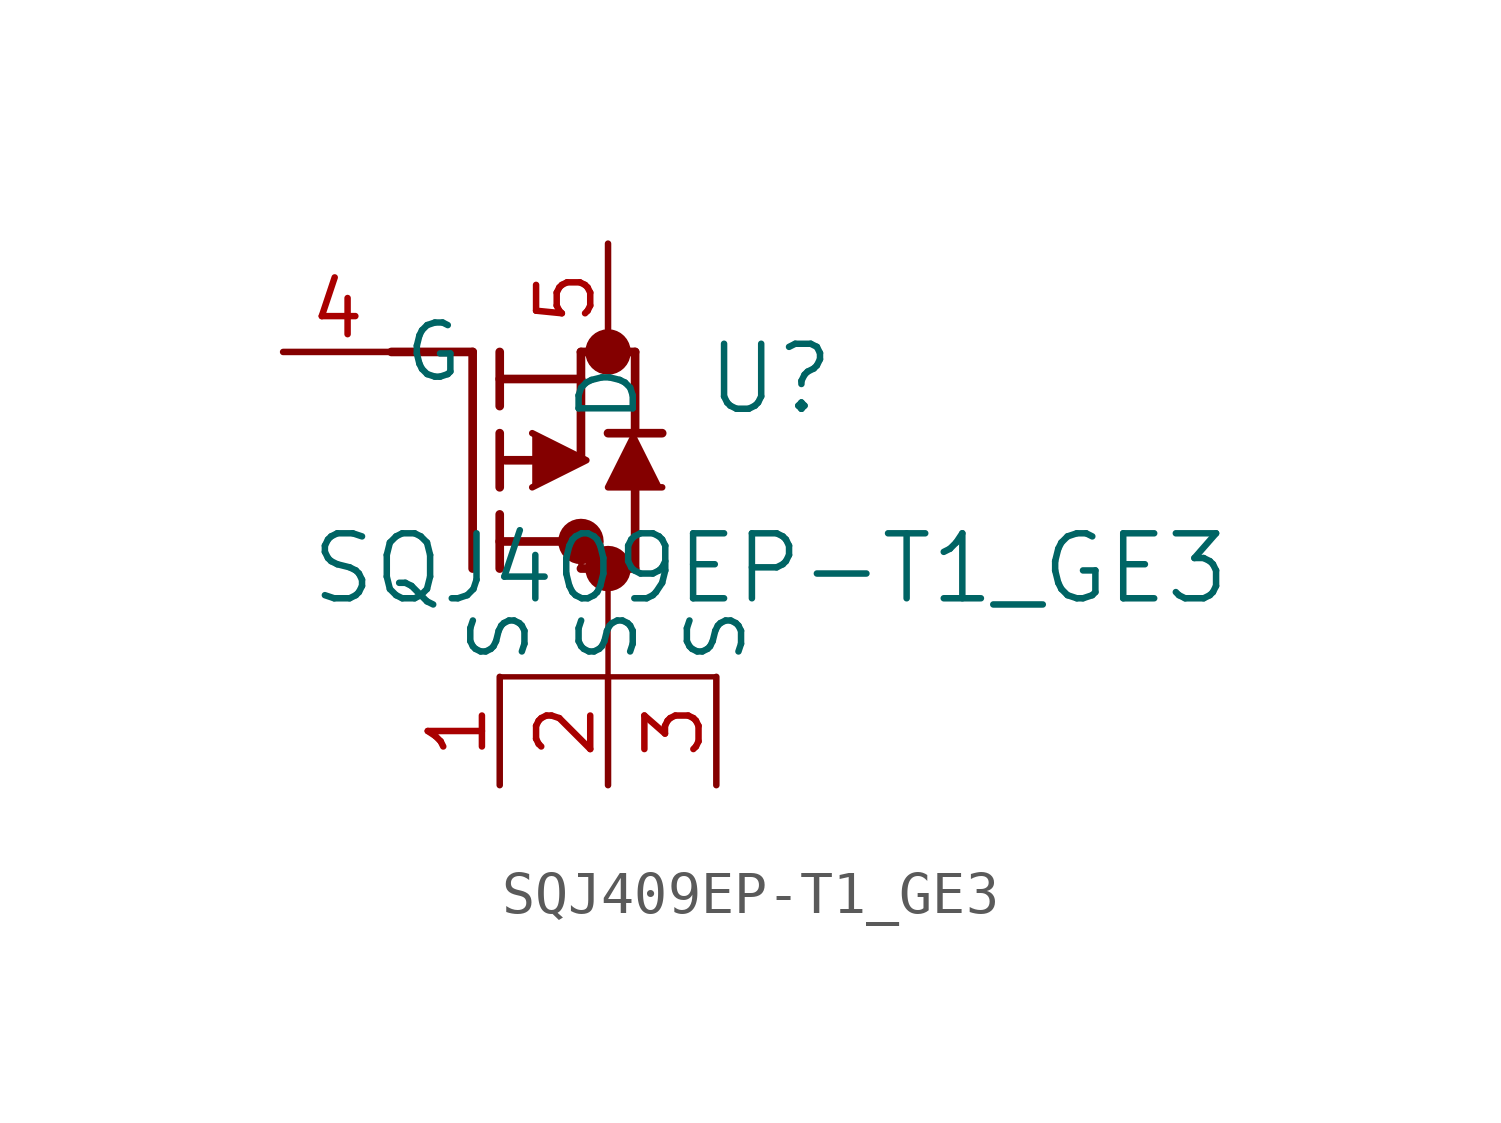
<source format=kicad_sym>
(kicad_symbol_lib
  (version 20211014)
  (generator kicad_symbol_editor)
  (symbol "SQJ409EP-T1_GE3"
    (pin_names
      (offset 0.254))
    (property "Reference" "U"
      (at 11.43 -0.635 0)
      (effects (font (size 1.524 1.524))))
    (property "Value" "SQJ409EP-T1_GE3"
      (at 11.43 -5.08 0)
      (effects (font (size 1.524 1.524))))
    (symbol "SQJ409EP-T1_GE3_0_1"
      (circle (center 7.62 0) (radius 0.025) (stroke (width 0.508) (type default) (color 0 0 0 0)) (fill (type none)))
      (circle (center 7.62 -5.08) (radius 0.025) (stroke (width 0.508) (type default) (color 0 0 0 0)) (fill (type none)))
      (circle (center 6.985 -4.445) (radius 0.025) (stroke (width 0.508) (type default) (color 0 0 0 0)) (fill (type none)))
      (polyline (pts (xy 2.54 0) (xy 4.445 0)) (stroke (width 0.203) (type default) (color 0 0 0 0)) (fill (type none)))
      (polyline (pts (xy 4.445 -5.08) (xy 4.445 0)) (stroke (width 0.203) (type default) (color 0 0 0 0)) (fill (type none)))
      (polyline (pts (xy 5.08 -3.175) (xy 5.08 -1.905)) (stroke (width 0.203) (type default) (color 0 0 0 0)) (fill (type none)))
      (polyline (pts (xy 5.08 -5.08) (xy 5.08 -3.81)) (stroke (width 0.203) (type default) (color 0 0 0 0)) (fill (type none)))
      (polyline (pts (xy 5.08 -1.27) (xy 5.08 0)) (stroke (width 0.203) (type default) (color 0 0 0 0)) (fill (type none)))
      (polyline (pts (xy 5.842 -2.54) (xy 5.207 -2.54)) (stroke (width 0.203) (type default) (color 0 0 0 0)) (fill (type none)))
      (polyline (pts (xy 5.08 -4.445) (xy 6.985 -4.445)) (stroke (width 0.203) (type default) (color 0 0 0 0)) (fill (type none)))
      (polyline (pts (xy 6.985 -0.635) (xy 6.985 -2.54)) (stroke (width 0.203) (type default) (color 0 0 0 0)) (fill (type none)))
      (polyline (pts (xy 6.985 -5.08) (xy 8.255 -5.08)) (stroke (width 0.203) (type default) (color 0 0 0 0)) (fill (type none)))
      (polyline (pts (xy 5.08 -0.635) (xy 6.985 -0.635)) (stroke (width 0.203) (type default) (color 0 0 0 0)) (fill (type none)))
      (polyline (pts (xy 8.255 -1.905) (xy 8.255 0)) (stroke (width 0.203) (type default) (color 0 0 0 0)) (fill (type none)))
      (polyline (pts (xy 5.842 -3.175) (xy 7.112 -2.54) (xy 5.842 -1.905)) (stroke (width 0) (type default) (color 0 0 0 0)) (fill (type outline)))
      (polyline (pts (xy 8.89 -3.175) (xy 7.62 -3.175) (xy 8.255 -1.905)) (stroke (width 0) (type default) (color 0 0 0 0)) (fill (type outline)))
      (polyline (pts (xy 8.255 -5.08) (xy 8.255 -3.175)) (stroke (width 0.203) (type default) (color 0 0 0 0)) (fill (type none)))
      (polyline (pts (xy 8.89 -1.905) (xy 7.62 -1.905)) (stroke (width 0.203) (type default) (color 0 0 0 0)) (fill (type none)))
      (polyline (pts (xy 6.985 0) (xy 8.255 0)) (stroke (width 0.203) (type default) (color 0 0 0 0)) (fill (type none)))
      (polyline (pts (xy 6.985 -0.635) (xy 6.985 0)) (stroke (width 0.203) (type default) (color 0 0 0 0)) (fill (type none)))
      (polyline (pts (xy 6.985 -4.445) (xy 6.985 -5.08)) (stroke (width 0.127) (type default) (color 0 0 0 0)) (fill (type none)))
      (polyline (pts (xy 5.08 -7.62) (xy 10.16 -7.62)) (stroke (width 0.127) (type default) (color 0 0 0 0)) (fill (type none)))
      (polyline (pts (xy 7.62 -5.08) (xy 7.62 -7.62)) (stroke (width 0.127) (type default) (color 0 0 0 0)) (fill (type none)))
      (pin unspecified line (at 5.08 -10.16 90) (length 2.54) (name "S" (effects (font (size 1.27 1.27)))) (number "1" (effects (font (size 1.27 1.27)))))
      (pin unspecified line (at 7.62 -10.16 90) (length 2.54) (name "S" (effects (font (size 1.27 1.27)))) (number "2" (effects (font (size 1.27 1.27)))))
      (pin unspecified line (at 10.16 -10.16 90) (length 2.54) (name "S" (effects (font (size 1.27 1.27)))) (number "3" (effects (font (size 1.27 1.27)))))
      (pin unspecified line (at 0 0 0) (length 2.54) (name "G" (effects (font (size 1.27 1.27)))) (number "4" (effects (font (size 1.27 1.27)))))
      (pin unspecified line (at 7.62 2.54 270) (length 2.54) (name "D" (effects (font (size 1.27 1.27)))) (number "5" (effects (font (size 1.27 1.27))))))))
</source>
